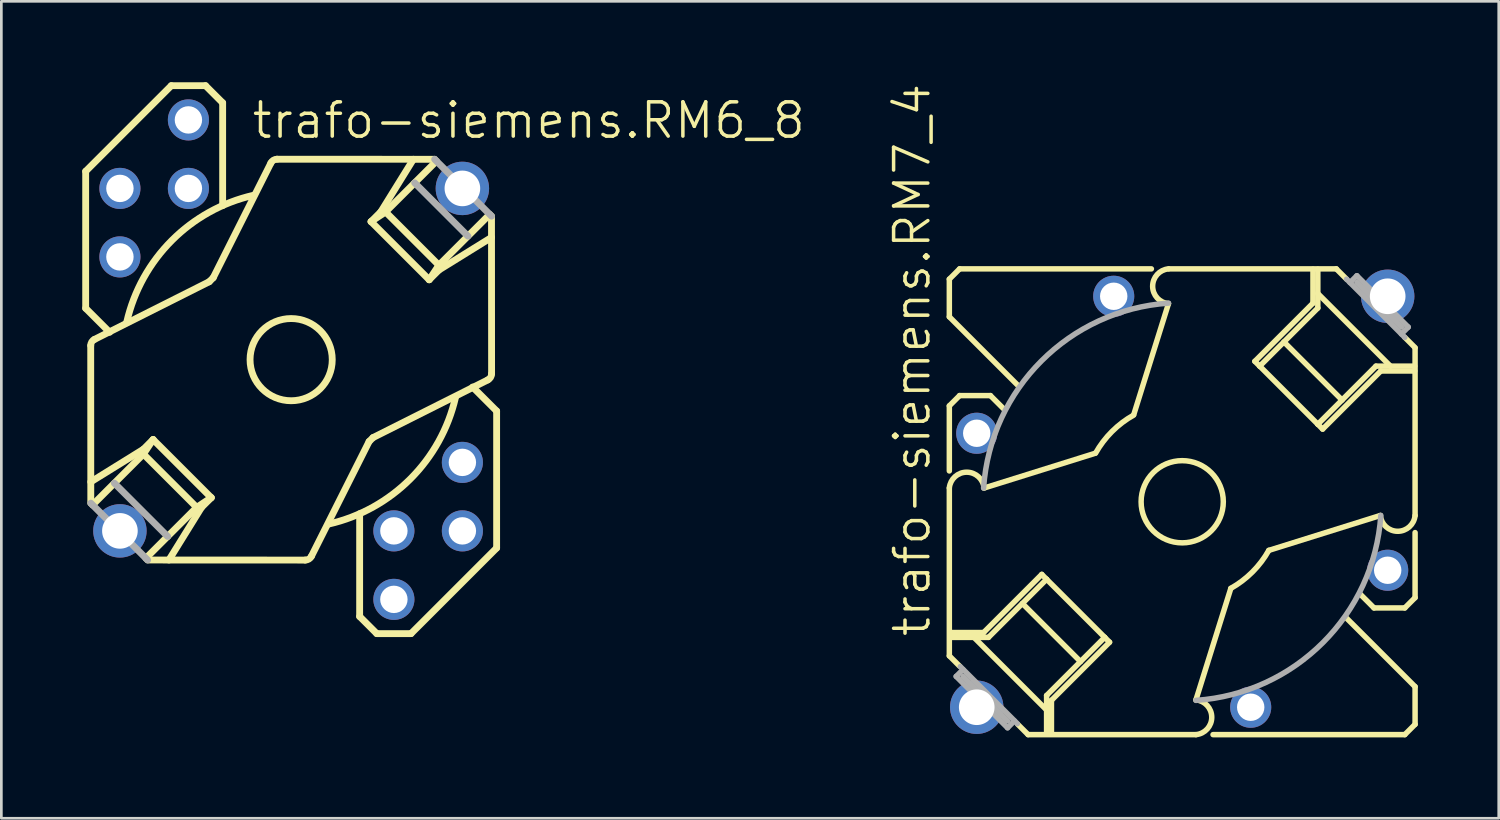
<source format=kicad_pcb>
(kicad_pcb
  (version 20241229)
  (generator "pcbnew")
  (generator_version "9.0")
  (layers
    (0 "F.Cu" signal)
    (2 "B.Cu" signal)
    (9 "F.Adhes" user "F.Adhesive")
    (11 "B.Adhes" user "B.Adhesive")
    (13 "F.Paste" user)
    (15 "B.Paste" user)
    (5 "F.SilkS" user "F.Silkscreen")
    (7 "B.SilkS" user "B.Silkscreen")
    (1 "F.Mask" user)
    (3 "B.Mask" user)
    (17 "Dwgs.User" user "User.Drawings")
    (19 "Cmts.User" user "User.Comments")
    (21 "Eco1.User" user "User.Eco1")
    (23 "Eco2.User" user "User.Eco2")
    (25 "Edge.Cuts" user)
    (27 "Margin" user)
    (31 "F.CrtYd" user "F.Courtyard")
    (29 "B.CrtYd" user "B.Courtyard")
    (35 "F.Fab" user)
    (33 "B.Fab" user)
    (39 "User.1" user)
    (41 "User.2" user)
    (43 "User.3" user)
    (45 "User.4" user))
  (footprint "trafo-siemens.RM7_4"
    (layer "F.Cu")
    (at 40.791 15.557)
    (property "Reference" "trafo-siemens.RM7_4" (at -9.271 5.08 90) (layer "F.SilkS") (effects (font (size 1.27 1.27) (thickness 0.13)) (justify left bottom)))
    (attr through_hole)
    (fp_line (start -8.636 -8.255) (end -8.255 -8.636) (stroke (width 0.203) (type default)) (layer "F.SilkS"))
    (fp_line (start -8.636 -6.858) (end -8.636 -8.255) (stroke (width 0.203) (type default)) (layer "F.SilkS"))
    (fp_line (start -8.636 -3.556) (end -8.255 -3.937) (stroke (width 0.203) (type default)) (layer "F.SilkS"))
    (fp_line (start -8.636 -1.143) (end -8.636 -3.556) (stroke (width 0.203) (type default)) (layer "F.SilkS"))
    (fp_line (start -8.636 -0.508) (end -8.636 5.715) (stroke (width 0.203) (type default)) (layer "F.SilkS"))
    (fp_line (start -8.636 5.715) (end -8.255 6.096) (stroke (width 0.203) (type default)) (layer "F.SilkS"))
    (fp_line (start -8.255 -8.636) (end -1.143 -8.636) (stroke (width 0.203) (type default)) (layer "F.SilkS"))
    (fp_line (start -8.255 -3.937) (end -7.112 -3.937) (stroke (width 0.203) (type default)) (layer "F.SilkS"))
    (fp_line (start -7.723 5.029) (end -5.029 7.723) (stroke (width 0.203) (type default)) (layer "F.SilkS"))
    (fp_line (start -7.364 4.849) (end -8.621 4.849) (stroke (width 0.203) (type default)) (layer "F.SilkS"))
    (fp_line (start -7.364 4.849) (end -5.208 2.694) (stroke (width 0.203) (type default)) (layer "F.SilkS"))
    (fp_line (start -7.184 5.029) (end -8.621 5.029) (stroke (width 0.203) (type default)) (layer "F.SilkS"))
    (fp_line (start -7.112 -3.937) (end -6.604 -3.429) (stroke (width 0.203) (type default)) (layer "F.SilkS"))
    (fp_line (start -6.096 -4.318) (end -8.636 -6.858) (stroke (width 0.203) (type default)) (layer "F.SilkS"))
    (fp_line (start -5.715 8.636) (end -6.096 8.255) (stroke (width 0.203) (type default)) (layer "F.SilkS"))
    (fp_line (start -5.029 2.874) (end -7.184 5.029) (stroke (width 0.203) (type default)) (layer "F.SilkS"))
    (fp_line (start -5.029 2.874) (end -5.208 2.694) (stroke (width 0.203) (type default)) (layer "F.SilkS"))
    (fp_line (start -5.029 2.874) (end -2.874 5.029) (stroke (width 0.203) (type default)) (layer "F.SilkS"))
    (fp_line (start -5.029 7.184) (end -5.029 8.621) (stroke (width 0.203) (type default)) (layer "F.SilkS"))
    (fp_line (start -4.849 7.364) (end -4.849 8.621) (stroke (width 0.203) (type default)) (layer "F.SilkS"))
    (fp_line (start -3.772 5.927) (end -5.927 3.772) (stroke (width 0.203) (type default)) (layer "F.SilkS"))
    (fp_line (start -3.233 -1.796) (end -7.348 -0.509) (stroke (width 0.203) (type default)) (layer "F.SilkS"))
    (fp_line (start -2.874 5.029) (end -5.029 7.184) (stroke (width 0.203) (type default)) (layer "F.SilkS"))
    (fp_line (start -2.874 5.029) (end -2.694 5.208) (stroke (width 0.203) (type default)) (layer "F.SilkS"))
    (fp_line (start -2.694 5.208) (end -4.849 7.364) (stroke (width 0.203) (type default)) (layer "F.SilkS"))
    (fp_line (start -1.796 -3.233) (end -0.509 -7.348) (stroke (width 0.203) (type default)) (layer "F.SilkS"))
    (fp_line (start -0.488 -8.636) (end 5.715 -8.636) (stroke (width 0.203) (type default)) (layer "F.SilkS"))
    (fp_line (start 0.508 8.636) (end -5.715 8.636) (stroke (width 0.203) (type default)) (layer "F.SilkS"))
    (fp_line (start 0.509 7.348) (end 1.803 3.212) (stroke (width 0.203) (type default)) (layer "F.SilkS"))
    (fp_line (start 2.874 -5.029) (end 2.694 -5.208) (stroke (width 0.203) (type default)) (layer "F.SilkS"))
    (fp_line (start 2.874 -5.029) (end 5.029 -7.184) (stroke (width 0.203) (type default)) (layer "F.SilkS"))
    (fp_line (start 2.874 -5.029) (end 5.029 -2.874) (stroke (width 0.203) (type default)) (layer "F.SilkS"))
    (fp_line (start 3.212 1.803) (end 7.348 0.509) (stroke (width 0.203) (type default)) (layer "F.SilkS"))
    (fp_line (start 4.849 -7.364) (end 2.694 -5.208) (stroke (width 0.203) (type default)) (layer "F.SilkS"))
    (fp_line (start 4.849 -7.364) (end 4.849 -8.621) (stroke (width 0.203) (type default)) (layer "F.SilkS"))
    (fp_line (start 5.029 -7.723) (end 7.723 -5.029) (stroke (width 0.203) (type default)) (layer "F.SilkS"))
    (fp_line (start 5.029 -7.184) (end 5.029 -8.621) (stroke (width 0.203) (type default)) (layer "F.SilkS"))
    (fp_line (start 5.029 -2.874) (end 5.208 -2.694) (stroke (width 0.203) (type default)) (layer "F.SilkS"))
    (fp_line (start 5.029 -2.874) (end 7.184 -5.029) (stroke (width 0.203) (type default)) (layer "F.SilkS"))
    (fp_line (start 5.208 -2.694) (end 7.364 -4.849) (stroke (width 0.203) (type default)) (layer "F.SilkS"))
    (fp_line (start 5.927 -3.772) (end 3.772 -5.927) (stroke (width 0.203) (type default)) (layer "F.SilkS"))
    (fp_line (start 6.096 -8.255) (end 5.715 -8.636) (stroke (width 0.203) (type default)) (layer "F.SilkS"))
    (fp_line (start 6.096 4.318) (end 8.636 6.858) (stroke (width 0.203) (type default)) (layer "F.SilkS"))
    (fp_line (start 7.112 3.937) (end 6.604 3.429) (stroke (width 0.203) (type default)) (layer "F.SilkS"))
    (fp_line (start 7.184 -5.029) (end 8.621 -5.029) (stroke (width 0.203) (type default)) (layer "F.SilkS"))
    (fp_line (start 7.364 -4.849) (end 8.621 -4.849) (stroke (width 0.203) (type default)) (layer "F.SilkS"))
    (fp_line (start 8.255 3.937) (end 7.112 3.937) (stroke (width 0.203) (type default)) (layer "F.SilkS"))
    (fp_line (start 8.255 8.636) (end 1.143 8.636) (stroke (width 0.203) (type default)) (layer "F.SilkS"))
    (fp_line (start 8.636 -5.715) (end 8.255 -6.096) (stroke (width 0.203) (type default)) (layer "F.SilkS"))
    (fp_line (start 8.636 -5.702) (end 8.636 0.508) (stroke (width 0.203) (type default)) (layer "F.SilkS"))
    (fp_line (start 8.636 1.143) (end 8.636 3.556) (stroke (width 0.203) (type default)) (layer "F.SilkS"))
    (fp_line (start 8.636 3.556) (end 8.255 3.937) (stroke (width 0.203) (type default)) (layer "F.SilkS"))
    (fp_line (start 8.636 6.858) (end 8.636 8.255) (stroke (width 0.203) (type default)) (layer "F.SilkS"))
    (fp_line (start 8.636 8.255) (end 8.255 8.636) (stroke (width 0.203) (type default)) (layer "F.SilkS"))
    (fp_arc (start -8.6359 -0.5142) (mid -7.989527 -1.096199) (end -7.3476 -0.5093) (stroke (width 0.2032) (type default)) (layer "F.SilkS"))
    (fp_arc (start -3.2117 -1.8027) (mid -2.604299 -2.604299) (end -1.8027 -3.2117) (stroke (width 0.2032) (type default)) (layer "F.SilkS"))
    (fp_arc (start -0.5093 -7.3479) (mid -1.0961 -7.989727) (end -0.5142 -8.636) (stroke (width 0.2032) (type default)) (layer "F.SilkS"))
    (fp_arc (start 0.5093 7.3483) (mid 1.095702 7.989727) (end 0.5142 8.6356) (stroke (width 0.2032) (type default)) (layer "F.SilkS"))
    (fp_arc (start 3.2117 1.8027) (mid 2.604299 2.604299) (end 1.8027 3.2117) (stroke (width 0.2032) (type default)) (layer "F.SilkS"))
    (fp_arc (start 8.6351 0.5142) (mid 7.989527 1.095403) (end 7.3484 0.5093) (stroke (width 0.2032) (type default)) (layer "F.SilkS"))
    (fp_circle (center 0 0) (end 1.524 0) (stroke (width 0.203) (type default)) (fill no) (layer "F.SilkS"))
    (fp_line (start -8.382 6.477) (end -8.128 6.223) (stroke (width 0.203) (type default)) (layer "F.Fab"))
    (fp_line (start -8.382 6.477) (end -6.477 8.382) (stroke (width 0.203) (type default)) (layer "F.Fab"))
    (fp_line (start -6.477 8.128) (end -8.128 6.477) (stroke (width 0.203) (type default)) (layer "F.Fab"))
    (fp_line (start -6.477 8.382) (end -6.223 8.128) (stroke (width 0.203) (type default)) (layer "F.Fab"))
    (fp_line (start -6.113 8.23) (end -8.23 6.113) (stroke (width 0.203) (type default)) (layer "F.Fab"))
    (fp_line (start 6.477 -8.382) (end 6.223 -8.128) (stroke (width 0.203) (type default)) (layer "F.Fab"))
    (fp_line (start 8.128 -6.477) (end 6.477 -8.128) (stroke (width 0.203) (type default)) (layer "F.Fab"))
    (fp_line (start 8.128 -6.223) (end 8.382 -6.477) (stroke (width 0.203) (type default)) (layer "F.Fab"))
    (fp_line (start 8.255 -6.096) (end 6.096 -8.255) (stroke (width 0.203) (type default)) (layer "F.Fab"))
    (fp_line (start 8.382 -6.477) (end 6.477 -8.382) (stroke (width 0.203) (type default)) (layer "F.Fab"))
    (fp_arc (start -7.366 -0.508) (mid -5.22092 -5.22092) (end -0.508 -7.366) (stroke (width 0.2032) (type default)) (layer "F.Fab"))
    (fp_arc (start 7.366 0.508) (mid 5.22092 5.22092) (end 0.508 7.366) (stroke (width 0.2032) (type default)) (layer "F.Fab"))
    (pad "2" thru_hole circle (at 7.62 2.54) (size 1.524 1.524) (drill 1.016) (layers "*.Cu" "*.Mask"))
    (pad "3" thru_hole circle (at -2.54 -7.62) (size 1.524 1.524) (drill 1.016) (layers "*.Cu" "*.Mask"))
    (pad "5" thru_hole circle (at -7.62 -2.54) (size 1.524 1.524) (drill 1.016) (layers "*.Cu" "*.Mask"))
    (pad "7" thru_hole circle (at 2.54 7.62) (size 1.524 1.524) (drill 1.016) (layers "*.Cu" "*.Mask"))
    (pad "M" thru_hole circle (at -7.62 7.62) (size 1.981 1.981) (drill 1.321) (layers "*.Cu" "*.Mask"))
    (pad "M1" thru_hole circle (at 7.62 -7.62) (size 1.981 1.981) (drill 1.321) (layers "*.Cu" "*.Mask")))
  (footprint "trafo-siemens.RM6_8"
    (layer "F.Cu")
    (at 7.747 10.287)
    (property "Reference" "trafo-siemens.RM6_8" (at -1.524 -8.128 0) (layer "F.SilkS") (effects (font (size 1.27 1.27) (thickness 0.13)) (justify left bottom)))
    (attr through_hole)
    (fp_line (start -7.62 -6.985) (end -4.445 -10.16) (stroke (width 0.254) (type default)) (layer "F.SilkS"))
    (fp_line (start -7.62 -1.905) (end -7.62 -6.985) (stroke (width 0.254) (type default)) (layer "F.SilkS"))
    (fp_line (start -7.62 -1.905) (end -6.731 -1.016) (stroke (width 0.254) (type default)) (layer "F.SilkS"))
    (fp_line (start -7.43 4.533) (end -5.478 3.323) (stroke (width 0.254) (type default)) (layer "F.SilkS"))
    (fp_line (start -7.43 5.322) (end -7.433 -0.524) (stroke (width 0.254) (type default)) (layer "F.SilkS"))
    (fp_line (start -7.293 -0.751) (end -3.037 -2.89) (stroke (width 0.254) (type default)) (layer "F.SilkS"))
    (fp_line (start -5.478 3.502) (end -7.364 5.388) (stroke (width 0.254) (type default)) (layer "F.SilkS"))
    (fp_line (start -5.478 3.502) (end -5.119 2.963) (stroke (width 0.254) (type default)) (layer "F.SilkS"))
    (fp_line (start -5.478 3.502) (end -3.502 5.478) (stroke (width 0.254) (type default)) (layer "F.SilkS"))
    (fp_line (start -5.322 7.43) (end 0.524 7.433) (stroke (width 0.254) (type default)) (layer "F.SilkS"))
    (fp_line (start -5.119 2.963) (end -5.478 3.323) (stroke (width 0.254) (type default)) (layer "F.SilkS"))
    (fp_line (start -4.58 6.556) (end -5.388 7.364) (stroke (width 0.254) (type default)) (layer "F.SilkS"))
    (fp_line (start -4.533 7.43) (end -3.323 5.478) (stroke (width 0.254) (type default)) (layer "F.SilkS"))
    (fp_line (start -4.445 -10.16) (end -3.175 -10.16) (stroke (width 0.254) (type default)) (layer "F.SilkS"))
    (fp_line (start -3.502 5.478) (end -4.58 6.556) (stroke (width 0.254) (type default)) (layer "F.SilkS"))
    (fp_line (start -3.502 5.478) (end -2.963 5.119) (stroke (width 0.254) (type default)) (layer "F.SilkS"))
    (fp_line (start -3.175 -10.16) (end -2.54 -9.525) (stroke (width 0.254) (type default)) (layer "F.SilkS"))
    (fp_line (start -3.037 -2.89) (end -2.89 -3.037) (stroke (width 0.254) (type default)) (layer "F.SilkS"))
    (fp_line (start -2.963 5.119) (end -5.119 2.963) (stroke (width 0.254) (type default)) (layer "F.SilkS"))
    (fp_line (start -2.963 5.119) (end -3.323 5.478) (stroke (width 0.254) (type default)) (layer "F.SilkS"))
    (fp_line (start -2.89 -3.037) (end -0.751 -7.293) (stroke (width 0.254) (type default)) (layer "F.SilkS"))
    (fp_line (start -2.54 -9.525) (end -2.54 -5.715) (stroke (width 0.254) (type default)) (layer "F.SilkS"))
    (fp_line (start -0.524 -7.433) (end 5.322 -7.43) (stroke (width 0.254) (type default)) (layer "F.SilkS"))
    (fp_line (start 0.751 7.293) (end 2.89 3.037) (stroke (width 0.254) (type default)) (layer "F.SilkS"))
    (fp_line (start 2.54 9.525) (end 2.54 5.715) (stroke (width 0.254) (type default)) (layer "F.SilkS"))
    (fp_line (start 2.89 3.037) (end 3.037 2.89) (stroke (width 0.254) (type default)) (layer "F.SilkS"))
    (fp_line (start 2.963 -5.119) (end 3.323 -5.478) (stroke (width 0.254) (type default)) (layer "F.SilkS"))
    (fp_line (start 3.037 2.89) (end 7.293 0.751) (stroke (width 0.254) (type default)) (layer "F.SilkS"))
    (fp_line (start 3.175 10.16) (end 2.54 9.525) (stroke (width 0.254) (type default)) (layer "F.SilkS"))
    (fp_line (start 3.502 -5.478) (end 2.963 -5.119) (stroke (width 0.254) (type default)) (layer "F.SilkS"))
    (fp_line (start 3.502 -5.478) (end 4.58 -6.556) (stroke (width 0.254) (type default)) (layer "F.SilkS"))
    (fp_line (start 3.502 -5.478) (end 5.478 -3.502) (stroke (width 0.254) (type default)) (layer "F.SilkS"))
    (fp_line (start 4.445 10.16) (end 3.175 10.16) (stroke (width 0.254) (type default)) (layer "F.SilkS"))
    (fp_line (start 4.533 -7.43) (end 3.323 -5.478) (stroke (width 0.254) (type default)) (layer "F.SilkS"))
    (fp_line (start 4.58 -6.556) (end 5.388 -7.364) (stroke (width 0.254) (type default)) (layer "F.SilkS"))
    (fp_line (start 5.119 -2.963) (end 2.963 -5.119) (stroke (width 0.254) (type default)) (layer "F.SilkS"))
    (fp_line (start 5.119 -2.963) (end 5.478 -3.323) (stroke (width 0.254) (type default)) (layer "F.SilkS"))
    (fp_line (start 5.478 -3.502) (end 5.119 -2.963) (stroke (width 0.254) (type default)) (layer "F.SilkS"))
    (fp_line (start 5.478 -3.502) (end 7.364 -5.388) (stroke (width 0.254) (type default)) (layer "F.SilkS"))
    (fp_line (start 7.43 -4.533) (end 5.478 -3.323) (stroke (width 0.254) (type default)) (layer "F.SilkS"))
    (fp_line (start 7.433 0.524) (end 7.43 -5.322) (stroke (width 0.254) (type default)) (layer "F.SilkS"))
    (fp_line (start 7.62 1.905) (end 6.731 1.016) (stroke (width 0.254) (type default)) (layer "F.SilkS"))
    (fp_line (start 7.62 1.905) (end 7.62 6.985) (stroke (width 0.254) (type default)) (layer "F.SilkS"))
    (fp_line (start 7.62 6.985) (end 4.445 10.16) (stroke (width 0.254) (type default)) (layer "F.SilkS"))
    (fp_arc (start -7.4326 -0.5243) (mid -7.394802 -0.657701) (end -7.2926 -0.7514) (stroke (width 0.254) (type default)) (layer "F.SilkS"))
    (fp_arc (start -6.096 -1.397) (mid -4.422263 -4.422263) (end -1.397 -6.096) (stroke (width 0.254) (type default)) (layer "F.SilkS"))
    (fp_arc (start -0.7514 -7.2926) (mid -0.65773 -7.394902) (end -0.5243 -7.4328) (stroke (width 0.254) (type default)) (layer "F.SilkS"))
    (fp_arc (start 0.7513 7.2926) (mid 0.657653 7.39479) (end 0.5243 7.4326) (stroke (width 0.254) (type default)) (layer "F.SilkS"))
    (fp_arc (start 6.096 1.397) (mid 4.422263 4.422263) (end 1.397 6.096) (stroke (width 0.254) (type default)) (layer "F.SilkS"))
    (fp_arc (start 7.4327 0.5243) (mid 7.394844 0.657711) (end 7.2926 0.7514) (stroke (width 0.254) (type default)) (layer "F.SilkS"))
    (fp_circle (center 0 0) (end 1.524 0) (stroke (width 0.254) (type default)) (fill no) (layer "F.SilkS"))
    (fp_line (start -7.43 5.322) (end -5.322 7.43) (stroke (width 0.254) (type default)) (layer "F.Fab"))
    (fp_line (start -4.58 6.556) (end -6.556 4.58) (stroke (width 0.254) (type default)) (layer "F.Fab"))
    (fp_line (start 5.322 -7.43) (end 7.43 -5.322) (stroke (width 0.254) (type default)) (layer "F.Fab"))
    (fp_line (start 6.556 -4.58) (end 4.58 -6.556) (stroke (width 0.254) (type default)) (layer "F.Fab"))
    (pad "1" thru_hole circle (at 6.35 6.35) (size 1.524 1.524) (drill 1.016) (layers "*.Cu" "*.Mask"))
    (pad "2" thru_hole circle (at 6.35 3.81) (size 1.524 1.524) (drill 1.016) (layers "*.Cu" "*.Mask"))
    (pad "3" thru_hole circle (at -3.81 -6.35) (size 1.524 1.524) (drill 1.016) (layers "*.Cu" "*.Mask"))
    (pad "4" thru_hole circle (at -3.81 -8.89) (size 1.524 1.524) (drill 1.016) (layers "*.Cu" "*.Mask"))
    (pad "5" thru_hole circle (at -6.35 -6.35) (size 1.524 1.524) (drill 1.016) (layers "*.Cu" "*.Mask"))
    (pad "6" thru_hole circle (at -6.35 -3.81) (size 1.524 1.524) (drill 1.016) (layers "*.Cu" "*.Mask"))
    (pad "7" thru_hole circle (at 3.81 6.35) (size 1.524 1.524) (drill 1.016) (layers "*.Cu" "*.Mask"))
    (pad "8" thru_hole circle (at 3.81 8.89) (size 1.524 1.524) (drill 1.016) (layers "*.Cu" "*.Mask"))
    (pad "M" thru_hole circle (at -6.35 6.35) (size 1.981 1.981) (drill 1.321) (layers "*.Cu" "*.Mask"))
    (pad "M1" thru_hole circle (at 6.35 -6.35) (size 1.981 1.981) (drill 1.321) (layers "*.Cu" "*.Mask")))
  (gr_rect
    (start -3 -3)
    (end 52.529 27.295)
    (stroke (width 0.1) (type default))
    (fill no)
    (layer "Edge.Cuts")))
</source>
